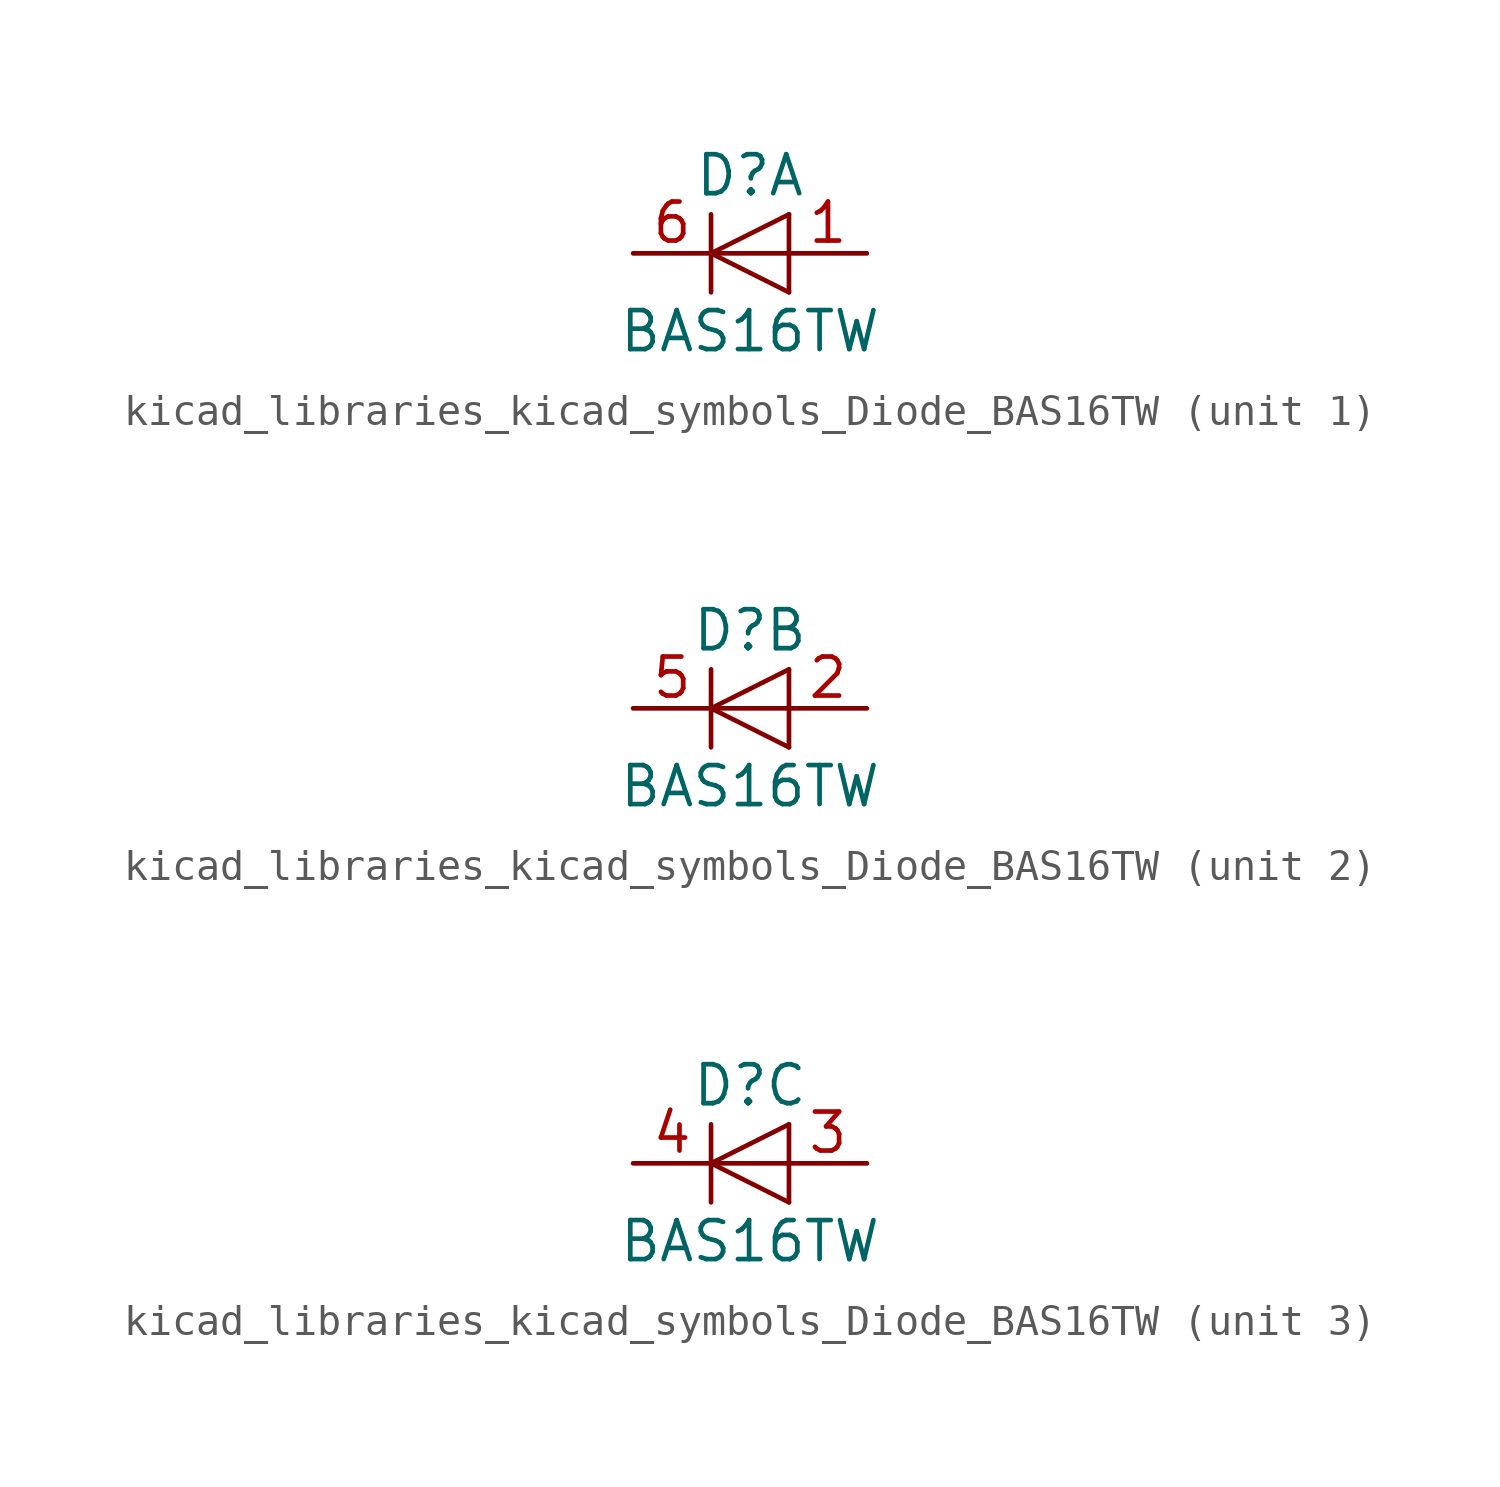
<source format=kicad_sym>
(kicad_symbol_lib
  (version 20220914)
  (generator kicad_symbol_editor)
  (symbol "kicad_libraries_kicad_symbols_Diode_BAS16TW"
    (pin_names
      (offset 1.016) hide)
    (property "Reference" "D"
      (at 0 2.54 0)
      (effects (font (size 1.27 1.27))))
    (property "Value" "BAS16TW"
      (at 0 -2.54 0)
      (effects (font (size 1.27 1.27))))
    (symbol "kicad_libraries_kicad_symbols_Diode_BAS16TW_0_1"
      (polyline (pts (xy -1.27 1.27) (xy -1.27 -1.27)) (stroke (width 0.152) (type default)) (fill (type none)))
      (polyline (pts (xy 1.27 0) (xy -1.27 0)) (stroke (width 0) (type default)) (fill (type none)))
      (polyline (pts (xy 1.27 1.27) (xy 1.27 -1.27)) (stroke (width 0) (type default)) (fill (type none)))
      (polyline (pts (xy 1.27 1.27) (xy -1.27 0) (xy 1.27 -1.27)) (stroke (width 0) (type default)) (fill (type none))))
    (symbol "kicad_libraries_kicad_symbols_Diode_BAS16TW_1_1"
      (pin passive line (at 3.81 0 180) (length 2.54) (name "A" (effects (font (size 1.27 1.27)))) (number "1" (effects (font (size 1.27 1.27)))))
      (pin passive line (at -3.81 0 0) (length 2.54) (name "K" (effects (font (size 1.27 1.27)))) (number "6" (effects (font (size 1.27 1.27))))))
    (symbol "kicad_libraries_kicad_symbols_Diode_BAS16TW_2_1"
      (pin passive line (at 3.81 0 180) (length 2.54) (name "A" (effects (font (size 1.27 1.27)))) (number "2" (effects (font (size 1.27 1.27)))))
      (pin passive line (at -3.81 0 0) (length 2.54) (name "K" (effects (font (size 1.27 1.27)))) (number "5" (effects (font (size 1.27 1.27))))))
    (symbol "kicad_libraries_kicad_symbols_Diode_BAS16TW_3_1"
      (pin passive line (at 3.81 0 180) (length 2.54) (name "A" (effects (font (size 1.27 1.27)))) (number "3" (effects (font (size 1.27 1.27)))))
      (pin passive line (at -3.81 0 0) (length 2.54) (name "K" (effects (font (size 1.27 1.27)))) (number "4" (effects (font (size 1.27 1.27))))))))
</source>
